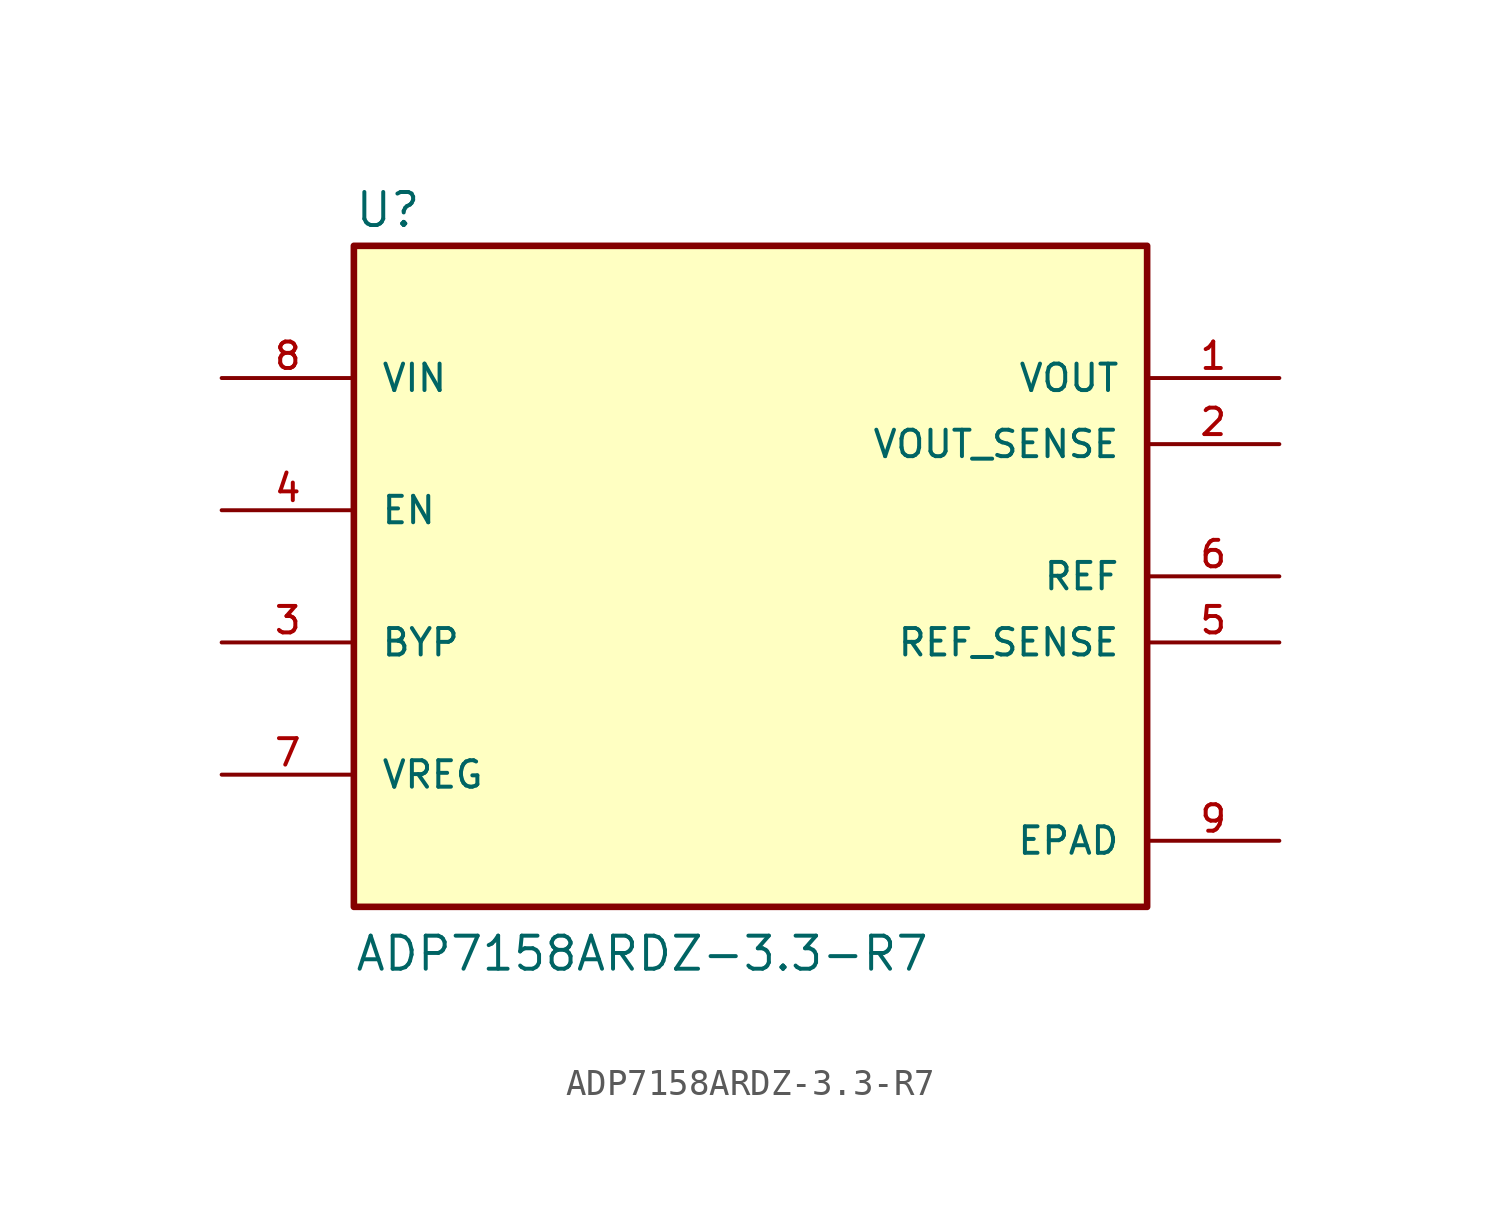
<source format=kicad_sym>
(kicad_symbol_lib
  (version 20211014)
  (generator kicad_symbol_editor)
  (symbol "ADP7158ARDZ-3.3-R7"
    (pin_names
      (offset 1.016))
    (property "Reference" "U"
      (at -15.24 13.335 0)
      (effects (font (size 1.27 1.27)) (justify bottom left)))
    (property "Value" "ADP7158ARDZ-3.3-R7"
      (at -15.24 -15.24 0)
      (effects (font (size 1.27 1.27)) (justify bottom left)))
    (symbol "ADP7158ARDZ-3.3-R7_0_0"
      (rectangle (start -15.24 -12.7) (end 15.24 12.7) (stroke (width 0.254)) (fill (type background)))
      (pin output line (at 20.32 7.62 180.0) (length 5.08) (name "VOUT" (effects (font (size 1.016 1.016)))) (number "1" (effects (font (size 1.016 1.016)))))
      (pin output line (at 20.32 5.08 180.0) (length 5.08) (name "VOUT_SENSE" (effects (font (size 1.016 1.016)))) (number "2" (effects (font (size 1.016 1.016)))))
      (pin passive line (at -20.32 -2.54 0) (length 5.08) (name "BYP" (effects (font (size 1.016 1.016)))) (number "3" (effects (font (size 1.016 1.016)))))
      (pin input line (at -20.32 2.54 0) (length 5.08) (name "EN" (effects (font (size 1.016 1.016)))) (number "4" (effects (font (size 1.016 1.016)))))
      (pin input line (at 20.32 -2.54 180.0) (length 5.08) (name "REF_SENSE" (effects (font (size 1.016 1.016)))) (number "5" (effects (font (size 1.016 1.016)))))
      (pin output line (at 20.32 0.0 180.0) (length 5.08) (name "REF" (effects (font (size 1.016 1.016)))) (number "6" (effects (font (size 1.016 1.016)))))
      (pin passive line (at -20.32 -7.62 0) (length 5.08) (name "VREG" (effects (font (size 1.016 1.016)))) (number "7" (effects (font (size 1.016 1.016)))))
      (pin input line (at -20.32 7.62 0) (length 5.08) (name "VIN" (effects (font (size 1.016 1.016)))) (number "8" (effects (font (size 1.016 1.016)))))
      (pin power_in line (at 20.32 -10.16 180.0) (length 5.08) (name "EPAD" (effects (font (size 1.016 1.016)))) (number "9" (effects (font (size 1.016 1.016))))))))
</source>
